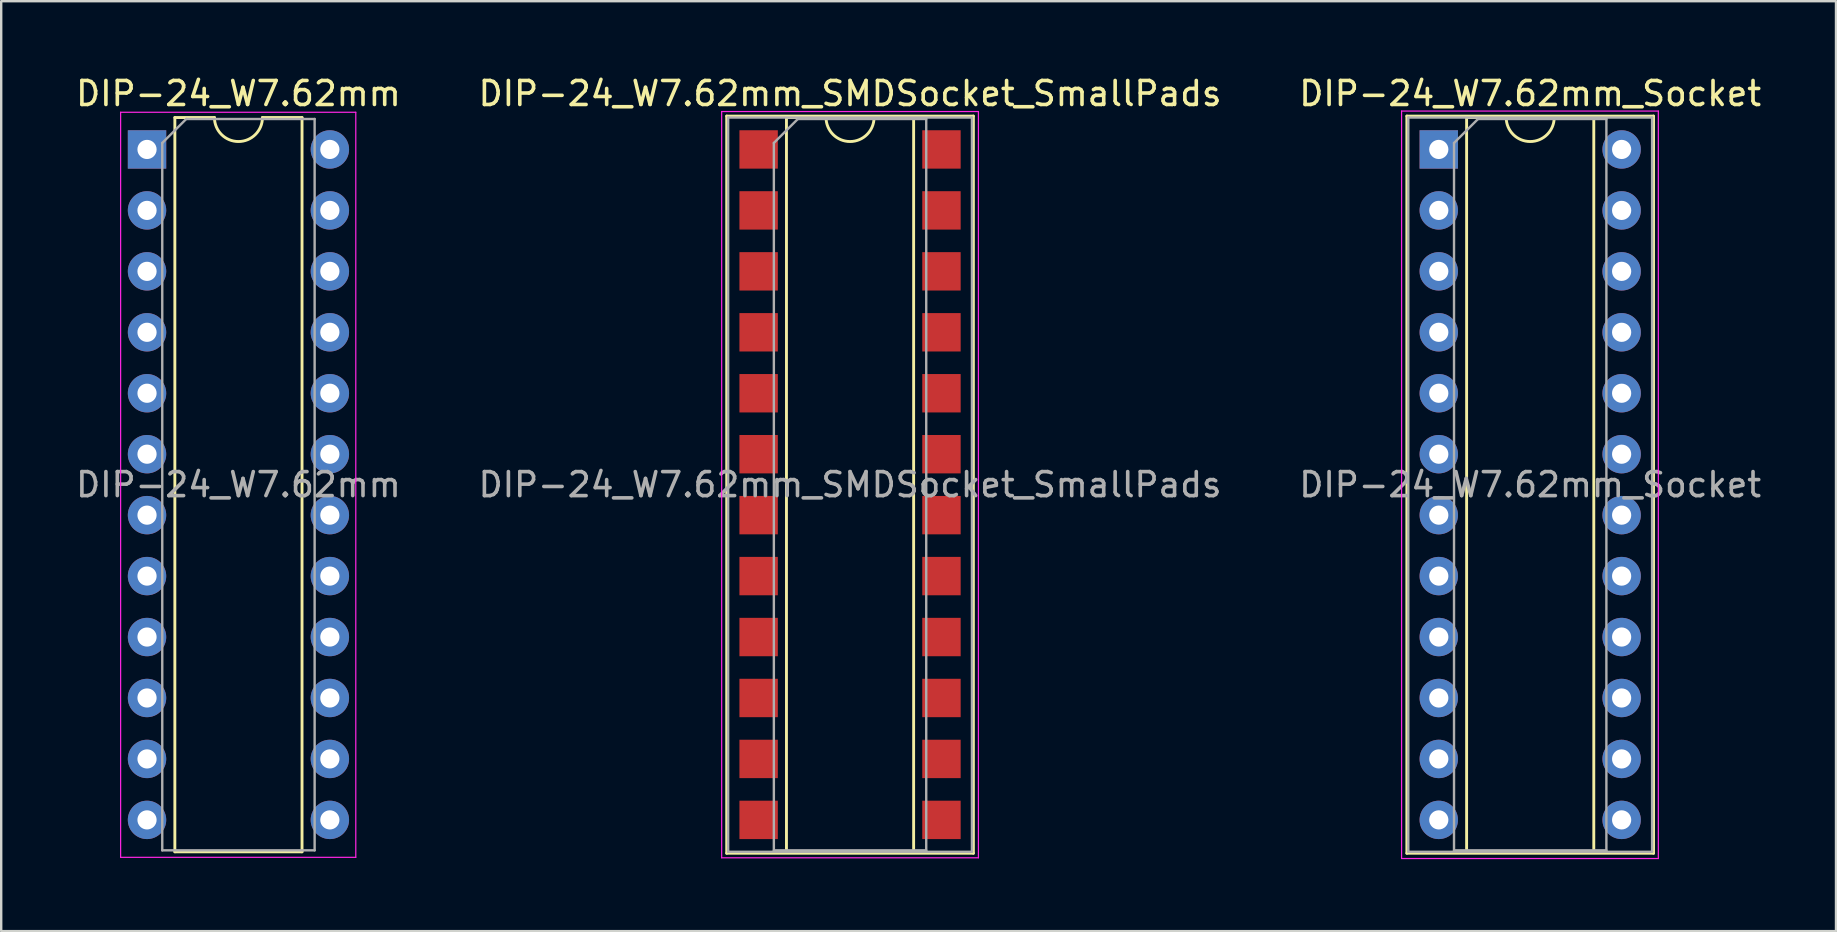
<source format=kicad_pcb>
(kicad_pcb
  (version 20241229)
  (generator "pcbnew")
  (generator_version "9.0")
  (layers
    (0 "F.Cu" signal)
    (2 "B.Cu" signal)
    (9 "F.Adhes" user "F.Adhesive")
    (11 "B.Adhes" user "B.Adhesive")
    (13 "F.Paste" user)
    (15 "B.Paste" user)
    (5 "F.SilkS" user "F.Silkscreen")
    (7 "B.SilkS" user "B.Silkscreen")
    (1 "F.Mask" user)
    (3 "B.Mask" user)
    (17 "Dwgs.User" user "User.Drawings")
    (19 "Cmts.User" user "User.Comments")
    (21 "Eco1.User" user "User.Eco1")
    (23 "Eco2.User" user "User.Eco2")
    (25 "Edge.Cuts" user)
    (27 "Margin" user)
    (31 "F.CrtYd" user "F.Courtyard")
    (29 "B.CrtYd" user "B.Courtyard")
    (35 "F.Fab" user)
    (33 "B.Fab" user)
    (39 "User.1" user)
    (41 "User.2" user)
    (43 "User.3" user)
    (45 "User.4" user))
  (footprint "DIP-24_W7.62mm_Socket"
    (layer "F.Cu")
    (at 56.91 3.178)
    (property "Reference" "DIP-24_W7.62mm_Socket" (at 3.81 -2.33 0) (layer "F.SilkS") (effects (font (size 1 1) (thickness 0.15))))
    (attr through_hole)
    (fp_line (start -1.33 -1.39) (end -1.33 29.33) (stroke (width 0.12) (type solid)) (layer "F.SilkS"))
    (fp_line (start -1.33 29.33) (end 8.95 29.33) (stroke (width 0.12) (type solid)) (layer "F.SilkS"))
    (fp_line (start 1.16 -1.33) (end 1.16 29.27) (stroke (width 0.12) (type solid)) (layer "F.SilkS"))
    (fp_line (start 1.16 29.27) (end 6.46 29.27) (stroke (width 0.12) (type solid)) (layer "F.SilkS"))
    (fp_line (start 2.81 -1.33) (end 1.16 -1.33) (stroke (width 0.12) (type solid)) (layer "F.SilkS"))
    (fp_line (start 6.46 -1.33) (end 4.81 -1.33) (stroke (width 0.12) (type solid)) (layer "F.SilkS"))
    (fp_line (start 6.46 29.27) (end 6.46 -1.33) (stroke (width 0.12) (type solid)) (layer "F.SilkS"))
    (fp_line (start 8.95 -1.39) (end -1.33 -1.39) (stroke (width 0.12) (type solid)) (layer "F.SilkS"))
    (fp_line (start 8.95 29.33) (end 8.95 -1.39) (stroke (width 0.12) (type solid)) (layer "F.SilkS"))
    (fp_arc (start 4.81 -1.33) (mid 3.81 -0.33) (end 2.81 -1.33) (stroke (width 0.12) (type solid)) (layer "F.SilkS"))
    (fp_line (start -1.55 -1.6) (end -1.55 29.55) (stroke (width 0.05) (type solid)) (layer "F.CrtYd"))
    (fp_line (start -1.55 29.55) (end 9.15 29.55) (stroke (width 0.05) (type solid)) (layer "F.CrtYd"))
    (fp_line (start 9.15 -1.6) (end -1.55 -1.6) (stroke (width 0.05) (type solid)) (layer "F.CrtYd"))
    (fp_line (start 9.15 29.55) (end 9.15 -1.6) (stroke (width 0.05) (type solid)) (layer "F.CrtYd"))
    (fp_line (start -1.27 -1.33) (end -1.27 29.27) (stroke (width 0.1) (type solid)) (layer "F.Fab"))
    (fp_line (start -1.27 29.27) (end 8.89 29.27) (stroke (width 0.1) (type solid)) (layer "F.Fab"))
    (fp_line (start 0.635 -0.27) (end 1.635 -1.27) (stroke (width 0.1) (type solid)) (layer "F.Fab"))
    (fp_line (start 0.635 29.21) (end 0.635 -0.27) (stroke (width 0.1) (type solid)) (layer "F.Fab"))
    (fp_line (start 1.635 -1.27) (end 6.985 -1.27) (stroke (width 0.1) (type solid)) (layer "F.Fab"))
    (fp_line (start 6.985 -1.27) (end 6.985 29.21) (stroke (width 0.1) (type solid)) (layer "F.Fab"))
    (fp_line (start 6.985 29.21) (end 0.635 29.21) (stroke (width 0.1) (type solid)) (layer "F.Fab"))
    (fp_line (start 8.89 -1.33) (end -1.27 -1.33) (stroke (width 0.1) (type solid)) (layer "F.Fab"))
    (fp_line (start 8.89 29.27) (end 8.89 -1.33) (stroke (width 0.1) (type solid)) (layer "F.Fab"))
    (fp_text user "${REFERENCE}" (at 3.81 13.97 0) (layer "F.Fab") (effects (font (size 1 1) (thickness 0.15))))
    (pad "1" thru_hole rect (at 0 0) (size 1.6 1.6) (drill 0.8) (layers "*.Cu" "*.Mask"))
    (pad "2" thru_hole oval (at 0 2.54) (size 1.6 1.6) (drill 0.8) (layers "*.Cu" "*.Mask"))
    (pad "3" thru_hole oval (at 0 5.08) (size 1.6 1.6) (drill 0.8) (layers "*.Cu" "*.Mask"))
    (pad "4" thru_hole oval (at 0 7.62) (size 1.6 1.6) (drill 0.8) (layers "*.Cu" "*.Mask"))
    (pad "5" thru_hole oval (at 0 10.16) (size 1.6 1.6) (drill 0.8) (layers "*.Cu" "*.Mask"))
    (pad "6" thru_hole oval (at 0 12.7) (size 1.6 1.6) (drill 0.8) (layers "*.Cu" "*.Mask"))
    (pad "7" thru_hole oval (at 0 15.24) (size 1.6 1.6) (drill 0.8) (layers "*.Cu" "*.Mask"))
    (pad "8" thru_hole oval (at 0 17.78) (size 1.6 1.6) (drill 0.8) (layers "*.Cu" "*.Mask"))
    (pad "9" thru_hole oval (at 0 20.32) (size 1.6 1.6) (drill 0.8) (layers "*.Cu" "*.Mask"))
    (pad "10" thru_hole oval (at 0 22.86) (size 1.6 1.6) (drill 0.8) (layers "*.Cu" "*.Mask"))
    (pad "11" thru_hole oval (at 0 25.4) (size 1.6 1.6) (drill 0.8) (layers "*.Cu" "*.Mask"))
    (pad "12" thru_hole oval (at 0 27.94) (size 1.6 1.6) (drill 0.8) (layers "*.Cu" "*.Mask"))
    (pad "13" thru_hole oval (at 7.62 27.94) (size 1.6 1.6) (drill 0.8) (layers "*.Cu" "*.Mask"))
    (pad "14" thru_hole oval (at 7.62 25.4) (size 1.6 1.6) (drill 0.8) (layers "*.Cu" "*.Mask"))
    (pad "15" thru_hole oval (at 7.62 22.86) (size 1.6 1.6) (drill 0.8) (layers "*.Cu" "*.Mask"))
    (pad "16" thru_hole oval (at 7.62 20.32) (size 1.6 1.6) (drill 0.8) (layers "*.Cu" "*.Mask"))
    (pad "17" thru_hole oval (at 7.62 17.78) (size 1.6 1.6) (drill 0.8) (layers "*.Cu" "*.Mask"))
    (pad "18" thru_hole oval (at 7.62 15.24) (size 1.6 1.6) (drill 0.8) (layers "*.Cu" "*.Mask"))
    (pad "19" thru_hole oval (at 7.62 12.7) (size 1.6 1.6) (drill 0.8) (layers "*.Cu" "*.Mask"))
    (pad "20" thru_hole oval (at 7.62 10.16) (size 1.6 1.6) (drill 0.8) (layers "*.Cu" "*.Mask"))
    (pad "21" thru_hole oval (at 7.62 7.62) (size 1.6 1.6) (drill 0.8) (layers "*.Cu" "*.Mask"))
    (pad "22" thru_hole oval (at 7.62 5.08) (size 1.6 1.6) (drill 0.8) (layers "*.Cu" "*.Mask"))
    (pad "23" thru_hole oval (at 7.62 2.54) (size 1.6 1.6) (drill 0.8) (layers "*.Cu" "*.Mask"))
    (pad "24" thru_hole oval (at 7.62 0) (size 1.6 1.6) (drill 0.8) (layers "*.Cu" "*.Mask")))
  (footprint "DIP-24_W7.62mm_SMDSocket_SmallPads"
    (layer "F.Cu")
    (at 32.375 17.148)
    (property "Reference" "DIP-24_W7.62mm_SMDSocket_SmallPads" (at 0 -16.3 0) (layer "F.SilkS") (effects (font (size 1 1) (thickness 0.15))))
    (attr smd)
    (fp_line (start -5.14 -15.36) (end -5.14 15.36) (stroke (width 0.12) (type solid)) (layer "F.SilkS"))
    (fp_line (start -5.14 15.36) (end 5.14 15.36) (stroke (width 0.12) (type solid)) (layer "F.SilkS"))
    (fp_line (start -2.65 -15.3) (end -2.65 15.3) (stroke (width 0.12) (type solid)) (layer "F.SilkS"))
    (fp_line (start -2.65 15.3) (end 2.65 15.3) (stroke (width 0.12) (type solid)) (layer "F.SilkS"))
    (fp_line (start -1 -15.3) (end -2.65 -15.3) (stroke (width 0.12) (type solid)) (layer "F.SilkS"))
    (fp_line (start 2.65 -15.3) (end 1 -15.3) (stroke (width 0.12) (type solid)) (layer "F.SilkS"))
    (fp_line (start 2.65 15.3) (end 2.65 -15.3) (stroke (width 0.12) (type solid)) (layer "F.SilkS"))
    (fp_line (start 5.14 -15.36) (end -5.14 -15.36) (stroke (width 0.12) (type solid)) (layer "F.SilkS"))
    (fp_line (start 5.14 15.36) (end 5.14 -15.36) (stroke (width 0.12) (type solid)) (layer "F.SilkS"))
    (fp_arc (start 1 -15.3) (mid 0 -14.3) (end -1 -15.3) (stroke (width 0.12) (type solid)) (layer "F.SilkS"))
    (fp_line (start -5.35 -15.55) (end -5.35 15.55) (stroke (width 0.05) (type solid)) (layer "F.CrtYd"))
    (fp_line (start -5.35 15.55) (end 5.35 15.55) (stroke (width 0.05) (type solid)) (layer "F.CrtYd"))
    (fp_line (start 5.35 -15.55) (end -5.35 -15.55) (stroke (width 0.05) (type solid)) (layer "F.CrtYd"))
    (fp_line (start 5.35 15.55) (end 5.35 -15.55) (stroke (width 0.05) (type solid)) (layer "F.CrtYd"))
    (fp_line (start -5.08 -15.3) (end -5.08 15.3) (stroke (width 0.1) (type solid)) (layer "F.Fab"))
    (fp_line (start -5.08 15.3) (end 5.08 15.3) (stroke (width 0.1) (type solid)) (layer "F.Fab"))
    (fp_line (start -3.175 -14.24) (end -2.175 -15.24) (stroke (width 0.1) (type solid)) (layer "F.Fab"))
    (fp_line (start -3.175 15.24) (end -3.175 -14.24) (stroke (width 0.1) (type solid)) (layer "F.Fab"))
    (fp_line (start -2.175 -15.24) (end 3.175 -15.24) (stroke (width 0.1) (type solid)) (layer "F.Fab"))
    (fp_line (start 3.175 -15.24) (end 3.175 15.24) (stroke (width 0.1) (type solid)) (layer "F.Fab"))
    (fp_line (start 3.175 15.24) (end -3.175 15.24) (stroke (width 0.1) (type solid)) (layer "F.Fab"))
    (fp_line (start 5.08 -15.3) (end -5.08 -15.3) (stroke (width 0.1) (type solid)) (layer "F.Fab"))
    (fp_line (start 5.08 15.3) (end 5.08 -15.3) (stroke (width 0.1) (type solid)) (layer "F.Fab"))
    (fp_text user "${REFERENCE}" (at 0 0 0) (layer "F.Fab") (effects (font (size 1 1) (thickness 0.15))))
    (pad "1" smd rect (at -3.81 -13.97) (size 1.6 1.6) (layers "F.Cu" "F.Mask" "F.Paste"))
    (pad "2" smd rect (at -3.81 -11.43) (size 1.6 1.6) (layers "F.Cu" "F.Mask" "F.Paste"))
    (pad "3" smd rect (at -3.81 -8.89) (size 1.6 1.6) (layers "F.Cu" "F.Mask" "F.Paste"))
    (pad "4" smd rect (at -3.81 -6.35) (size 1.6 1.6) (layers "F.Cu" "F.Mask" "F.Paste"))
    (pad "5" smd rect (at -3.81 -3.81) (size 1.6 1.6) (layers "F.Cu" "F.Mask" "F.Paste"))
    (pad "6" smd rect (at -3.81 -1.27) (size 1.6 1.6) (layers "F.Cu" "F.Mask" "F.Paste"))
    (pad "7" smd rect (at -3.81 1.27) (size 1.6 1.6) (layers "F.Cu" "F.Mask" "F.Paste"))
    (pad "8" smd rect (at -3.81 3.81) (size 1.6 1.6) (layers "F.Cu" "F.Mask" "F.Paste"))
    (pad "9" smd rect (at -3.81 6.35) (size 1.6 1.6) (layers "F.Cu" "F.Mask" "F.Paste"))
    (pad "10" smd rect (at -3.81 8.89) (size 1.6 1.6) (layers "F.Cu" "F.Mask" "F.Paste"))
    (pad "11" smd rect (at -3.81 11.43) (size 1.6 1.6) (layers "F.Cu" "F.Mask" "F.Paste"))
    (pad "12" smd rect (at -3.81 13.97) (size 1.6 1.6) (layers "F.Cu" "F.Mask" "F.Paste"))
    (pad "13" smd rect (at 3.81 13.97) (size 1.6 1.6) (layers "F.Cu" "F.Mask" "F.Paste"))
    (pad "14" smd rect (at 3.81 11.43) (size 1.6 1.6) (layers "F.Cu" "F.Mask" "F.Paste"))
    (pad "15" smd rect (at 3.81 8.89) (size 1.6 1.6) (layers "F.Cu" "F.Mask" "F.Paste"))
    (pad "16" smd rect (at 3.81 6.35) (size 1.6 1.6) (layers "F.Cu" "F.Mask" "F.Paste"))
    (pad "17" smd rect (at 3.81 3.81) (size 1.6 1.6) (layers "F.Cu" "F.Mask" "F.Paste"))
    (pad "18" smd rect (at 3.81 1.27) (size 1.6 1.6) (layers "F.Cu" "F.Mask" "F.Paste"))
    (pad "19" smd rect (at 3.81 -1.27) (size 1.6 1.6) (layers "F.Cu" "F.Mask" "F.Paste"))
    (pad "20" smd rect (at 3.81 -3.81) (size 1.6 1.6) (layers "F.Cu" "F.Mask" "F.Paste"))
    (pad "21" smd rect (at 3.81 -6.35) (size 1.6 1.6) (layers "F.Cu" "F.Mask" "F.Paste"))
    (pad "22" smd rect (at 3.81 -8.89) (size 1.6 1.6) (layers "F.Cu" "F.Mask" "F.Paste"))
    (pad "23" smd rect (at 3.81 -11.43) (size 1.6 1.6) (layers "F.Cu" "F.Mask" "F.Paste"))
    (pad "24" smd rect (at 3.81 -13.97) (size 1.6 1.6) (layers "F.Cu" "F.Mask" "F.Paste")))
  (footprint "DIP-24_W7.62mm"
    (layer "F.Cu")
    (at 3.077 3.178)
    (property "Reference" "DIP-24_W7.62mm" (at 3.81 -2.33 0) (layer "F.SilkS") (effects (font (size 1 1) (thickness 0.15))))
    (attr through_hole)
    (fp_line (start 1.16 -1.33) (end 1.16 29.27) (stroke (width 0.12) (type solid)) (layer "F.SilkS"))
    (fp_line (start 1.16 29.27) (end 6.46 29.27) (stroke (width 0.12) (type solid)) (layer "F.SilkS"))
    (fp_line (start 2.81 -1.33) (end 1.16 -1.33) (stroke (width 0.12) (type solid)) (layer "F.SilkS"))
    (fp_line (start 6.46 -1.33) (end 4.81 -1.33) (stroke (width 0.12) (type solid)) (layer "F.SilkS"))
    (fp_line (start 6.46 29.27) (end 6.46 -1.33) (stroke (width 0.12) (type solid)) (layer "F.SilkS"))
    (fp_arc (start 4.81 -1.33) (mid 3.81 -0.33) (end 2.81 -1.33) (stroke (width 0.12) (type solid)) (layer "F.SilkS"))
    (fp_line (start -1.1 -1.55) (end -1.1 29.5) (stroke (width 0.05) (type solid)) (layer "F.CrtYd"))
    (fp_line (start -1.1 29.5) (end 8.7 29.5) (stroke (width 0.05) (type solid)) (layer "F.CrtYd"))
    (fp_line (start 8.7 -1.55) (end -1.1 -1.55) (stroke (width 0.05) (type solid)) (layer "F.CrtYd"))
    (fp_line (start 8.7 29.5) (end 8.7 -1.55) (stroke (width 0.05) (type solid)) (layer "F.CrtYd"))
    (fp_line (start 0.635 -0.27) (end 1.635 -1.27) (stroke (width 0.1) (type solid)) (layer "F.Fab"))
    (fp_line (start 0.635 29.21) (end 0.635 -0.27) (stroke (width 0.1) (type solid)) (layer "F.Fab"))
    (fp_line (start 1.635 -1.27) (end 6.985 -1.27) (stroke (width 0.1) (type solid)) (layer "F.Fab"))
    (fp_line (start 6.985 -1.27) (end 6.985 29.21) (stroke (width 0.1) (type solid)) (layer "F.Fab"))
    (fp_line (start 6.985 29.21) (end 0.635 29.21) (stroke (width 0.1) (type solid)) (layer "F.Fab"))
    (fp_text user "${REFERENCE}" (at 3.81 13.97 0) (layer "F.Fab") (effects (font (size 1 1) (thickness 0.15))))
    (pad "1" thru_hole rect (at 0 0) (size 1.6 1.6) (drill 0.8) (layers "*.Cu" "*.Mask"))
    (pad "2" thru_hole oval (at 0 2.54) (size 1.6 1.6) (drill 0.8) (layers "*.Cu" "*.Mask"))
    (pad "3" thru_hole oval (at 0 5.08) (size 1.6 1.6) (drill 0.8) (layers "*.Cu" "*.Mask"))
    (pad "4" thru_hole oval (at 0 7.62) (size 1.6 1.6) (drill 0.8) (layers "*.Cu" "*.Mask"))
    (pad "5" thru_hole oval (at 0 10.16) (size 1.6 1.6) (drill 0.8) (layers "*.Cu" "*.Mask"))
    (pad "6" thru_hole oval (at 0 12.7) (size 1.6 1.6) (drill 0.8) (layers "*.Cu" "*.Mask"))
    (pad "7" thru_hole oval (at 0 15.24) (size 1.6 1.6) (drill 0.8) (layers "*.Cu" "*.Mask"))
    (pad "8" thru_hole oval (at 0 17.78) (size 1.6 1.6) (drill 0.8) (layers "*.Cu" "*.Mask"))
    (pad "9" thru_hole oval (at 0 20.32) (size 1.6 1.6) (drill 0.8) (layers "*.Cu" "*.Mask"))
    (pad "10" thru_hole oval (at 0 22.86) (size 1.6 1.6) (drill 0.8) (layers "*.Cu" "*.Mask"))
    (pad "11" thru_hole oval (at 0 25.4) (size 1.6 1.6) (drill 0.8) (layers "*.Cu" "*.Mask"))
    (pad "12" thru_hole oval (at 0 27.94) (size 1.6 1.6) (drill 0.8) (layers "*.Cu" "*.Mask"))
    (pad "13" thru_hole oval (at 7.62 27.94) (size 1.6 1.6) (drill 0.8) (layers "*.Cu" "*.Mask"))
    (pad "14" thru_hole oval (at 7.62 25.4) (size 1.6 1.6) (drill 0.8) (layers "*.Cu" "*.Mask"))
    (pad "15" thru_hole oval (at 7.62 22.86) (size 1.6 1.6) (drill 0.8) (layers "*.Cu" "*.Mask"))
    (pad "16" thru_hole oval (at 7.62 20.32) (size 1.6 1.6) (drill 0.8) (layers "*.Cu" "*.Mask"))
    (pad "17" thru_hole oval (at 7.62 17.78) (size 1.6 1.6) (drill 0.8) (layers "*.Cu" "*.Mask"))
    (pad "18" thru_hole oval (at 7.62 15.24) (size 1.6 1.6) (drill 0.8) (layers "*.Cu" "*.Mask"))
    (pad "19" thru_hole oval (at 7.62 12.7) (size 1.6 1.6) (drill 0.8) (layers "*.Cu" "*.Mask"))
    (pad "20" thru_hole oval (at 7.62 10.16) (size 1.6 1.6) (drill 0.8) (layers "*.Cu" "*.Mask"))
    (pad "21" thru_hole oval (at 7.62 7.62) (size 1.6 1.6) (drill 0.8) (layers "*.Cu" "*.Mask"))
    (pad "22" thru_hole oval (at 7.62 5.08) (size 1.6 1.6) (drill 0.8) (layers "*.Cu" "*.Mask"))
    (pad "23" thru_hole oval (at 7.62 2.54) (size 1.6 1.6) (drill 0.8) (layers "*.Cu" "*.Mask"))
    (pad "24" thru_hole oval (at 7.62 0) (size 1.6 1.6) (drill 0.8) (layers "*.Cu" "*.Mask")))
  (gr_rect
    (start -3 -3)
    (end 73.464 35.753)
    (stroke (width 0.1) (type default))
    (fill no)
    (layer "Edge.Cuts")))
</source>
